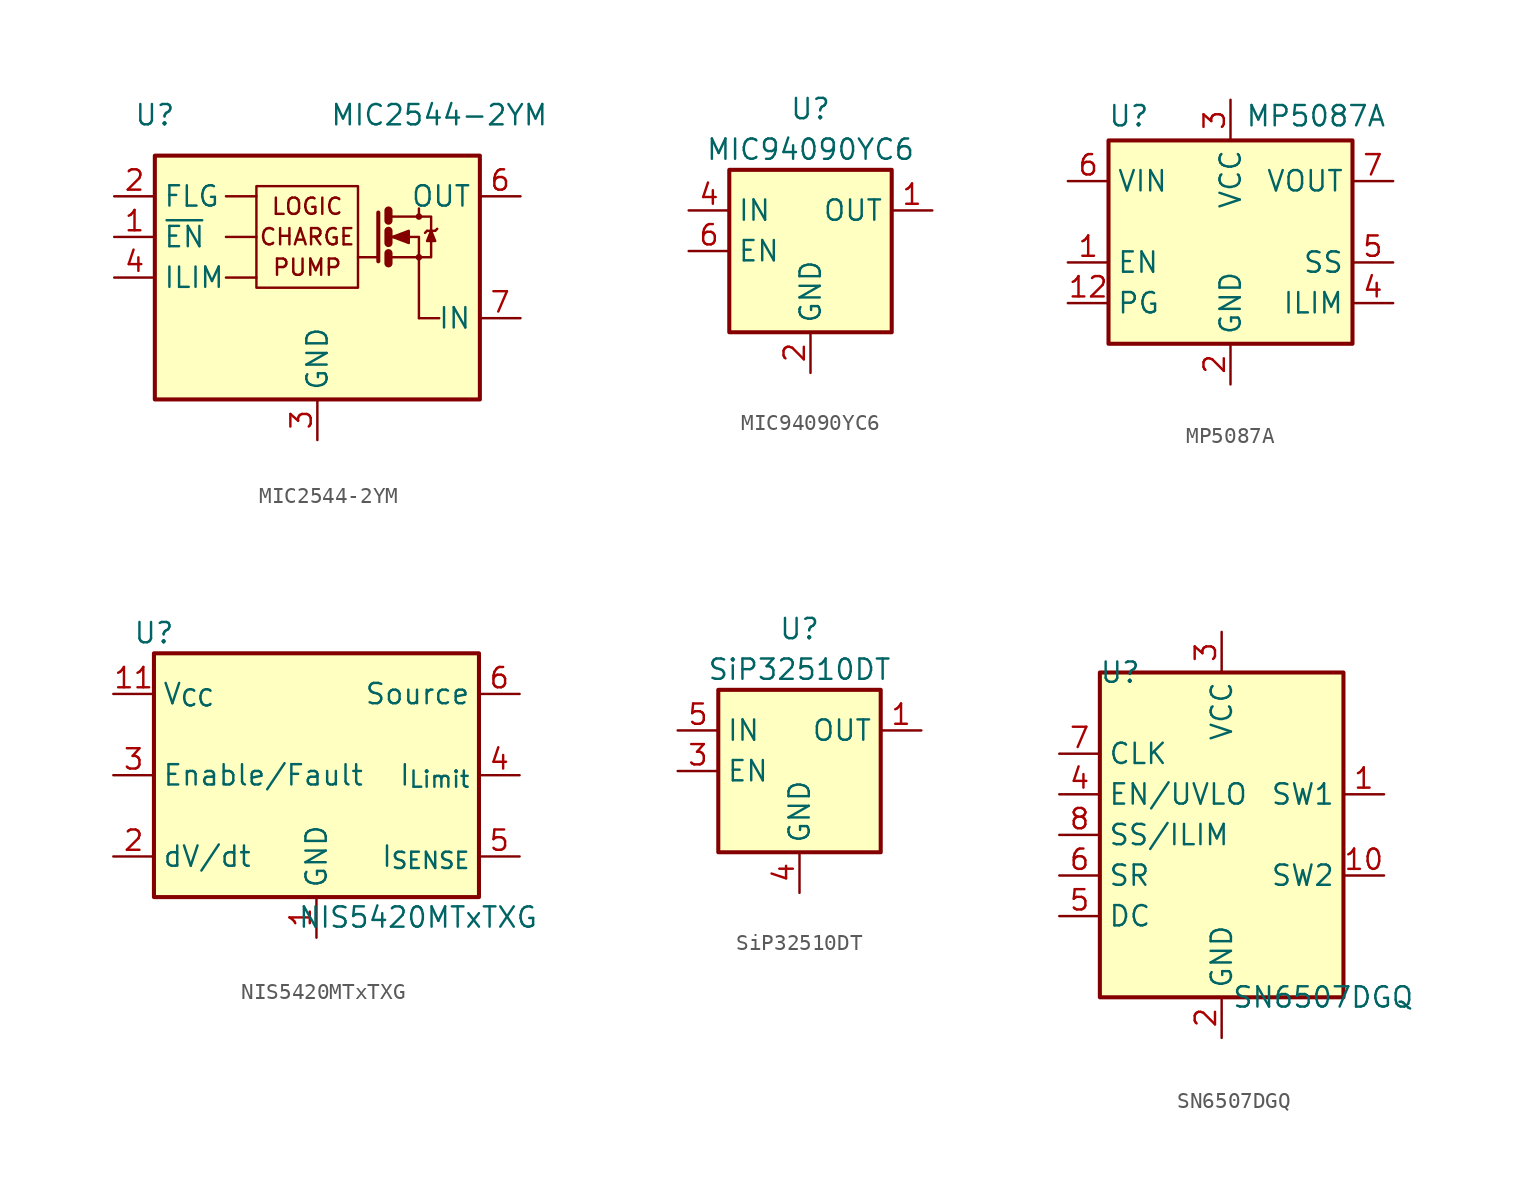
<source format=kicad_sym>
(kicad_symbol_lib
  (version 20241209)
  (generator "kicad_symbol_editor")
  (generator_version "9.0")
  (symbol "MIC2544-2YM"
    (property "Reference" "U"
      (at -10.16 10.16 0)
      (effects (font (size 1.27 1.27))))
    (property "Value" "MIC2544-2YM"
      (at 7.62 10.16 0)
      (effects (font (size 1.27 1.27))))
    (symbol "MIC2544-2YM_0_0"
      (rectangle (start -10.16 7.62) (end 10.16 -7.62) (stroke (width 0.254) (type default)) (fill (type background)))
      (polyline (pts (xy -5.715 5.08) (xy -3.81 5.08)) (stroke (width 0.152) (type default)) (fill (type none)))
      (polyline (pts (xy -5.715 2.54) (xy -3.81 2.54)) (stroke (width 0.152) (type default)) (fill (type none)))
      (rectangle (start -3.81 5.715) (end 2.54 -0.635) (stroke (width 0.152) (type default)) (fill (type none)))
      (polyline (pts (xy -3.81 0) (xy -5.715 0)) (stroke (width 0.152) (type default)) (fill (type none)))
      (polyline (pts (xy 6.35 -2.54) (xy 7.62 -2.54)) (stroke (width 0.152) (type default)) (fill (type none)))
      (text "LOGIC" (at -0.635 4.445 0) (effects (font (size 1.016 1.016))))
      (text "CHARGE" (at -0.635 2.54 0) (effects (font (size 1.016 1.016))))
      (text "PUMP" (at -0.635 0.635 0) (effects (font (size 1.016 1.016)))))
    (symbol "MIC2544-2YM_0_1"
      (polyline (pts (xy 3.81 4.064) (xy 3.81 1.016) (xy 3.81 1.016)) (stroke (width 0.254) (type default)) (fill (type none)))
      (polyline (pts (xy 3.81 1.27) (xy 2.54 1.27)) (stroke (width 0) (type default)) (fill (type none)))
      (polyline (pts (xy 4.445 4.191) (xy 4.445 3.556)) (stroke (width 0.508) (type default)) (fill (type none)))
      (polyline (pts (xy 4.445 2.921) (xy 4.445 2.159)) (stroke (width 0.508) (type default)) (fill (type none)))
      (polyline (pts (xy 4.445 1.524) (xy 4.445 0.889)) (stroke (width 0.508) (type default)) (fill (type none)))
      (polyline (pts (xy 4.572 3.81) (xy 6.35 3.81)) (stroke (width 0) (type default)) (fill (type none)))
      (polyline (pts (xy 4.572 2.54) (xy 6.35 2.54) (xy 6.35 -2.54)) (stroke (width 0) (type default)) (fill (type none)))
      (polyline (pts (xy 4.572 1.27) (xy 6.35 1.27)) (stroke (width 0) (type default)) (fill (type none)))
      (polyline (pts (xy 4.699 2.54) (xy 5.715 2.921) (xy 5.715 2.159) (xy 4.699 2.54) (xy 4.826 2.54) (xy 4.826 2.54)) (stroke (width 0) (type default)) (fill (type outline)))
      (polyline (pts (xy 6.35 3.81) (xy 6.35 4.318)) (stroke (width 0.152) (type default)) (fill (type none)))
      (circle (center 6.35 3.81) (radius 0.127) (stroke (width 0) (type default)) (fill (type none)))
      (polyline (pts (xy 6.35 1.27) (xy 7.112 1.27) (xy 7.112 3.81) (xy 6.35 3.81)) (stroke (width 0) (type default)) (fill (type none)))
      (circle (center 6.35 1.27) (radius 0.127) (stroke (width 0) (type default)) (fill (type none)))
      (polyline (pts (xy 6.858 2.921) (xy 6.731 2.794)) (stroke (width 0) (type default)) (fill (type none)))
      (polyline (pts (xy 6.858 2.921) (xy 7.366 2.921)) (stroke (width 0) (type default)) (fill (type none)))
      (polyline (pts (xy 7.112 2.921) (xy 6.858 2.286) (xy 7.366 2.286) (xy 7.112 2.921)) (stroke (width 0) (type default)) (fill (type outline)))
      (polyline (pts (xy 7.366 2.921) (xy 7.493 3.048)) (stroke (width 0) (type default)) (fill (type none))))
    (symbol "MIC2544-2YM_1_1"
      (pin open_collector line (at -12.7 5.08 0) (length 2.54) (name "FLG" (effects (font (size 1.27 1.27)))) (number "2" (effects (font (size 1.27 1.27)))))
      (pin input line (at -12.7 2.54 0) (length 2.54) (name "~{EN}" (effects (font (size 1.27 1.27)))) (number "1" (effects (font (size 1.27 1.27)))))
      (pin input line (at -12.7 0 0) (length 2.54) (name "ILIM" (effects (font (size 1.27 1.27)))) (number "4" (effects (font (size 1.27 1.27)))))
      (pin no_connect line (at -10.16 -5.08 0) (length 2.54) (hide yes) (name "NC" (effects (font (size 1.27 1.27)))) (number "5" (effects (font (size 1.27 1.27)))))
      (pin power_in line (at 0 -10.16 90) (length 2.54) (name "GND" (effects (font (size 1.27 1.27)))) (number "3" (effects (font (size 1.27 1.27)))))
      (pin output line (at 12.7 5.08 180) (length 2.54) (name "OUT" (effects (font (size 1.27 1.27)))) (number "6" (effects (font (size 1.27 1.27)))))
      (pin passive line (at 12.7 5.08 180) (length 2.54) (hide yes) (name "OUT" (effects (font (size 1.27 1.27)))) (number "8" (effects (font (size 1.27 1.27)))))
      (pin passive line (at 12.7 -2.54 180) (length 2.54) (name "IN" (effects (font (size 1.27 1.27)))) (number "7" (effects (font (size 1.27 1.27)))))))
  (symbol "MIC94090YC6"
    (property "Reference" "U"
      (at 0 8.89 0)
      (effects (font (size 1.27 1.27))))
    (property "Value" "MIC94090YC6"
      (at 0 6.35 0)
      (effects (font (size 1.27 1.27))))
    (symbol "MIC94090YC6_0_1"
      (rectangle (start -5.08 5.08) (end 5.08 -5.08) (stroke (width 0.254) (type default)) (fill (type background))))
    (symbol "MIC94090YC6_1_1"
      (pin passive line (at -7.62 2.54 0) (length 2.54) (name "IN" (effects (font (size 1.27 1.27)))) (number "4" (effects (font (size 1.27 1.27)))))
      (pin input line (at -7.62 0 0) (length 2.54) (name "EN" (effects (font (size 1.27 1.27)))) (number "6" (effects (font (size 1.27 1.27)))))
      (pin power_in line (at 0 -7.62 90) (length 2.54) (name "GND" (effects (font (size 1.27 1.27)))) (number "2" (effects (font (size 1.27 1.27)))))
      (pin passive line (at 0 -7.62 90) (length 2.54) (hide yes) (name "GND" (effects (font (size 1.27 1.27)))) (number "5" (effects (font (size 1.27 1.27)))))
      (pin no_connect line (at 5.08 0 180) (length 2.54) (hide yes) (name "NC" (effects (font (size 1.27 1.27)))) (number "3" (effects (font (size 1.27 1.27)))))
      (pin passive line (at 7.62 2.54 180) (length 2.54) (name "OUT" (effects (font (size 1.27 1.27)))) (number "1" (effects (font (size 1.27 1.27)))))))
  (symbol "MP5087A"
    (property "Reference" "U"
      (at -6.35 6.604 0)
      (effects (font (size 1.27 1.27))))
    (property "Value" "MP5087A"
      (at 5.334 6.604 0)
      (effects (font (size 1.27 1.27))))
    (symbol "MP5087A_0_0"
      (rectangle (start -7.62 5.08) (end 7.62 -7.62) (stroke (width 0.254) (type default)) (fill (type background))))
    (symbol "MP5087A_1_1"
      (pin passive line (at -10.16 2.54 0) (length 2.54) (hide yes) (name "VIN" (effects (font (size 1.27 1.27)))) (number "11" (effects (font (size 1.27 1.27)))))
      (pin power_in line (at -10.16 2.54 0) (length 2.54) (name "VIN" (effects (font (size 1.27 1.27)))) (number "6" (effects (font (size 1.27 1.27)))))
      (pin input line (at -10.16 -2.54 0) (length 2.54) (name "EN" (effects (font (size 1.27 1.27)))) (number "1" (effects (font (size 1.27 1.27)))))
      (pin output line (at -10.16 -5.08 0) (length 2.54) (name "PG" (effects (font (size 1.27 1.27)))) (number "12" (effects (font (size 1.27 1.27)))))
      (pin power_in line (at 0 7.62 270) (length 2.54) (name "VCC" (effects (font (size 1.27 1.27)))) (number "3" (effects (font (size 1.27 1.27)))))
      (pin power_in line (at 0 -10.16 90) (length 2.54) (name "GND" (effects (font (size 1.27 1.27)))) (number "2" (effects (font (size 1.27 1.27)))))
      (pin passive line (at 10.16 2.54 180) (length 2.54) (hide yes) (name "VOUT" (effects (font (size 1.27 1.27)))) (number "10" (effects (font (size 1.27 1.27)))))
      (pin power_out line (at 10.16 2.54 180) (length 2.54) (name "VOUT" (effects (font (size 1.27 1.27)))) (number "7" (effects (font (size 1.27 1.27)))))
      (pin passive line (at 10.16 2.54 180) (length 2.54) (hide yes) (name "VOUT" (effects (font (size 1.27 1.27)))) (number "8" (effects (font (size 1.27 1.27)))))
      (pin passive line (at 10.16 2.54 180) (length 2.54) (hide yes) (name "VOUT" (effects (font (size 1.27 1.27)))) (number "9" (effects (font (size 1.27 1.27)))))
      (pin passive line (at 10.16 -2.54 180) (length 2.54) (name "SS" (effects (font (size 1.27 1.27)))) (number "5" (effects (font (size 1.27 1.27)))))
      (pin passive line (at 10.16 -5.08 180) (length 2.54) (name "ILIM" (effects (font (size 1.27 1.27)))) (number "4" (effects (font (size 1.27 1.27)))))))
  (symbol "NIS5420MTxTXG"
    (property "Reference" "U"
      (at -10.16 8.89 0)
      (effects (font (size 1.27 1.27))))
    (property "Value" "NIS5420MTxTXG"
      (at 6.35 -8.89 0)
      (effects (font (size 1.27 1.27))))
    (symbol "NIS5420MTxTXG_0_1"
      (rectangle (start -10.16 7.62) (end 10.16 -7.62) (stroke (width 0.254) (type default)) (fill (type background))))
    (symbol "NIS5420MTxTXG_1_1"
      (pin power_in line (at -12.7 5.08 0) (length 2.54) (name "V_{CC}" (effects (font (size 1.27 1.27)))) (number "11" (effects (font (size 1.27 1.27)))))
      (pin tri_state line (at -12.7 0 0) (length 2.54) (name "Enable/Fault" (effects (font (size 1.27 1.27)))) (number "3" (effects (font (size 1.27 1.27)))))
      (pin passive line (at -12.7 -5.08 0) (length 2.54) (name "dV/dt" (effects (font (size 1.27 1.27)))) (number "2" (effects (font (size 1.27 1.27)))))
      (pin power_in line (at 0 -10.16 90) (length 2.54) (name "GND" (effects (font (size 1.27 1.27)))) (number "1" (effects (font (size 1.27 1.27)))))
      (pin passive line (at 12.7 5.08 180) (length 2.54) (hide yes) (name "Source" (effects (font (size 1.27 1.27)))) (number "10" (effects (font (size 1.27 1.27)))))
      (pin power_out line (at 12.7 5.08 180) (length 2.54) (name "Source" (effects (font (size 1.27 1.27)))) (number "6" (effects (font (size 1.27 1.27)))))
      (pin passive line (at 12.7 5.08 180) (length 2.54) (hide yes) (name "Source" (effects (font (size 1.27 1.27)))) (number "7" (effects (font (size 1.27 1.27)))))
      (pin passive line (at 12.7 5.08 180) (length 2.54) (hide yes) (name "Source" (effects (font (size 1.27 1.27)))) (number "8" (effects (font (size 1.27 1.27)))))
      (pin passive line (at 12.7 5.08 180) (length 2.54) (hide yes) (name "Source" (effects (font (size 1.27 1.27)))) (number "9" (effects (font (size 1.27 1.27)))))
      (pin passive line (at 12.7 0 180) (length 2.54) (name "I_{Limit}" (effects (font (size 1.27 1.27)))) (number "4" (effects (font (size 1.27 1.27)))))
      (pin passive line (at 12.7 -5.08 180) (length 2.54) (name "I_{SENSE}" (effects (font (size 1.27 1.27)))) (number "5" (effects (font (size 1.27 1.27)))))))
  (symbol "SiP32510DT"
    (property "Reference" "U"
      (at 0 8.89 0)
      (effects (font (size 1.27 1.27))))
    (property "Value" "SiP32510DT"
      (at 0 6.35 0)
      (effects (font (size 1.27 1.27))))
    (symbol "SiP32510DT_0_1"
      (rectangle (start -5.08 5.08) (end 5.08 -5.08) (stroke (width 0.254) (type default)) (fill (type background))))
    (symbol "SiP32510DT_1_1"
      (pin power_in line (at -7.62 2.54 0) (length 2.54) (name "IN" (effects (font (size 1.27 1.27)))) (number "5" (effects (font (size 1.27 1.27)))))
      (pin passive line (at -7.62 2.54 0) (length 2.54) (hide yes) (name "IN" (effects (font (size 1.27 1.27)))) (number "6" (effects (font (size 1.27 1.27)))))
      (pin input line (at -7.62 0 0) (length 2.54) (name "EN" (effects (font (size 1.27 1.27)))) (number "3" (effects (font (size 1.27 1.27)))))
      (pin power_in line (at 0 -7.62 90) (length 2.54) (name "GND" (effects (font (size 1.27 1.27)))) (number "4" (effects (font (size 1.27 1.27)))))
      (pin power_out line (at 7.62 2.54 180) (length 2.54) (name "OUT" (effects (font (size 1.27 1.27)))) (number "1" (effects (font (size 1.27 1.27)))))
      (pin passive line (at 7.62 2.54 180) (length 2.54) (hide yes) (name "OUT" (effects (font (size 1.27 1.27)))) (number "2" (effects (font (size 1.27 1.27)))))))
  (symbol "SN6507DGQ"
    (property "Reference" "U"
      (at -6.35 10.16 0)
      (effects (font (size 1.27 1.27))))
    (property "Value" "SN6507DGQ"
      (at 6.35 -10.16 0)
      (effects (font (size 1.27 1.27))))
    (symbol "SN6507DGQ_0_1"
      (rectangle (start -7.62 10.16) (end 7.62 -10.16) (stroke (width 0.254) (type default)) (fill (type background))))
    (symbol "SN6507DGQ_1_0"
      (pin input line (at -10.16 2.54 0) (length 2.54) (name "EN/UVLO" (effects (font (size 1.27 1.27)))) (number "4" (effects (font (size 1.27 1.27)))))
      (pin passive line (at -10.16 0 0) (length 2.54) (name "SS/ILIM" (effects (font (size 1.27 1.27)))) (number "8" (effects (font (size 1.27 1.27)))))
      (pin passive line (at -10.16 -2.54 0) (length 2.54) (name "SR" (effects (font (size 1.27 1.27)))) (number "6" (effects (font (size 1.27 1.27)))))
      (pin passive line (at -10.16 -5.08 0) (length 2.54) (name "DC" (effects (font (size 1.27 1.27)))) (number "5" (effects (font (size 1.27 1.27)))))
      (pin passive line (at 0 -12.7 90) (length 2.54) (hide yes) (name "GND" (effects (font (size 1.27 1.27)))) (number "11" (effects (font (size 1.27 1.27)))))
      (pin passive line (at 0 -12.7 90) (length 2.54) (hide yes) (name "GND" (effects (font (size 1.27 1.27)))) (number "9" (effects (font (size 1.27 1.27))))))
    (symbol "SN6507DGQ_1_1"
      (pin input line (at -10.16 5.08 0) (length 2.54) (name "CLK" (effects (font (size 1.27 1.27)))) (number "7" (effects (font (size 1.27 1.27)))))
      (pin power_in line (at 0 12.7 270) (length 2.54) (name "VCC" (effects (font (size 1.27 1.27)))) (number "3" (effects (font (size 1.27 1.27)))))
      (pin power_in line (at 0 -12.7 90) (length 2.54) (name "GND" (effects (font (size 1.27 1.27)))) (number "2" (effects (font (size 1.27 1.27)))))
      (pin open_collector line (at 10.16 2.54 180) (length 2.54) (name "SW1" (effects (font (size 1.27 1.27)))) (number "1" (effects (font (size 1.27 1.27)))))
      (pin open_collector line (at 10.16 -2.54 180) (length 2.54) (name "SW2" (effects (font (size 1.27 1.27)))) (number "10" (effects (font (size 1.27 1.27))))))))
</source>
